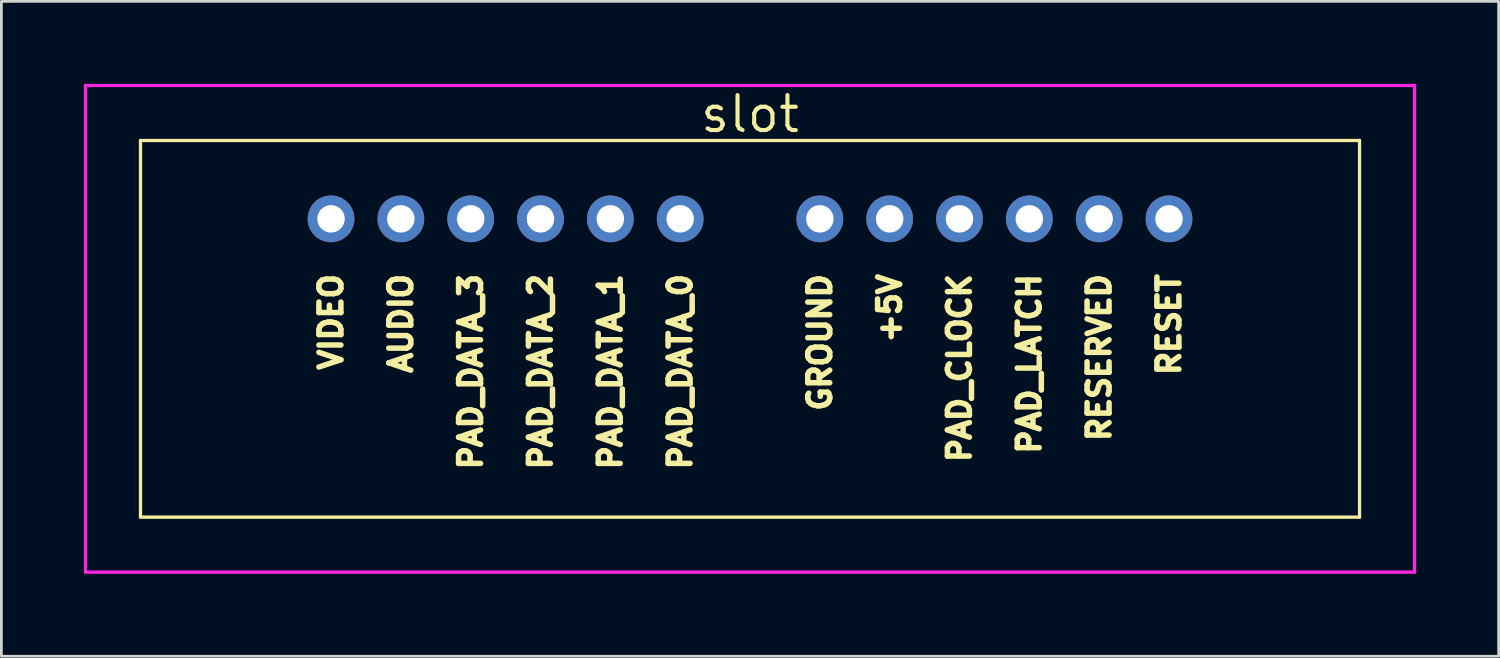
<source format=kicad_pcb>
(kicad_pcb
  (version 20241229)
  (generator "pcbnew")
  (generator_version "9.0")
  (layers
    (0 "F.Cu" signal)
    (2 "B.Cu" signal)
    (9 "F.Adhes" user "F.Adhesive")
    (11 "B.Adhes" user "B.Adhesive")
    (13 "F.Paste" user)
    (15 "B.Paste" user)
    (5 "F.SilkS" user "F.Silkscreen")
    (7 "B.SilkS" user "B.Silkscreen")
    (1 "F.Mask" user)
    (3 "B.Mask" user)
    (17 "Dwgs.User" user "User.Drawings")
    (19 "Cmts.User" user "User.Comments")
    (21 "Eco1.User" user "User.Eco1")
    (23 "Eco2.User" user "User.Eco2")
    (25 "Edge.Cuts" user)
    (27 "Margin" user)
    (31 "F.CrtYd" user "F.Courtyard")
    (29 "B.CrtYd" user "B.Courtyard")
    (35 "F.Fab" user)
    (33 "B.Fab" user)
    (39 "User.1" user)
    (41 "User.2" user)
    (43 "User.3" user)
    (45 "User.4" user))
  (footprint "slot"
    (layer "F.Cu")
    (at 24.23 4.91)
    (property "Reference" "slot" (at 0 -3.81 0) (layer "F.SilkS") (effects (font (size 1.27 1.27) (thickness 0.15))))
    (attr through_hole)
    (fp_line (start -22.17 -2.85) (end -22.17 10.85) (stroke (width 0.12) (type solid)) (layer "F.SilkS"))
    (fp_line (start -22.17 -2.85) (end 22.17 -2.85) (stroke (width 0.12) (type solid)) (layer "F.SilkS"))
    (fp_line (start -22.17 10.85) (end 22.17 10.85) (stroke (width 0.12) (type solid)) (layer "F.SilkS"))
    (fp_line (start 22.17 -2.85) (end 22.17 10.85) (stroke (width 0.12) (type solid)) (layer "F.SilkS"))
    (fp_line (start -24.17 -4.85) (end 24.17 -4.85) (stroke (width 0.12) (type solid)) (layer "F.CrtYd"))
    (fp_line (start -24.17 12.85) (end -24.17 -4.85) (stroke (width 0.12) (type solid)) (layer "F.CrtYd"))
    (fp_line (start -24.17 12.85) (end 24.17 12.85) (stroke (width 0.12) (type solid)) (layer "F.CrtYd"))
    (fp_line (start 24.17 -4.85) (end 24.17 12.85) (stroke (width 0.12) (type solid)) (layer "F.CrtYd"))
    (fp_text user "GROUND" (at 2.54 1.905 90) (layer "F.SilkS") (effects (font (size 0.8 0.8) (thickness 0.2)) (justify right)))
    (fp_text user "+5V" (at 5.08 1.905 90) (layer "F.SilkS") (effects (font (size 0.8 0.8) (thickness 0.2)) (justify right)))
    (fp_text user "PAD_DATA_3" (at -10.16 1.905 90) (layer "F.SilkS") (effects (font (size 0.8 0.8) (thickness 0.2)) (justify right)))
    (fp_text user "AUDIO" (at -12.7 1.905 90) (layer "F.SilkS") (effects (font (size 0.8 0.8) (thickness 0.2)) (justify right)))
    (fp_text user "PAD_DATA_2" (at -7.62 1.905 90) (layer "F.SilkS") (effects (font (size 0.8 0.8) (thickness 0.2)) (justify right)))
    (fp_text user "PAD_LATCH" (at 10.16 1.905 90) (layer "F.SilkS") (effects (font (size 0.8 0.8) (thickness 0.2)) (justify right)))
    (fp_text user "PAD_DATA_0" (at -2.54 1.905 90) (layer "F.SilkS") (effects (font (size 0.8 0.8) (thickness 0.2)) (justify right)))
    (fp_text user "VIDEO" (at -15.24 1.905 90) (layer "F.SilkS") (effects (font (size 0.8 0.8) (thickness 0.2)) (justify right)))
    (fp_text user "PAD_DATA_1" (at -5.08 1.905 90) (layer "F.SilkS") (effects (font (size 0.8 0.8) (thickness 0.2)) (justify right)))
    (fp_text user "RESERVED" (at 12.7 1.905 90) (layer "F.SilkS") (effects (font (size 0.8 0.8) (thickness 0.2)) (justify right)))
    (fp_text user "RESET" (at 15.24 1.905 90) (layer "F.SilkS") (effects (font (size 0.8 0.8) (thickness 0.2)) (justify right)))
    (fp_text user "PAD_CLOCK" (at 7.62 1.905 90) (layer "F.SilkS") (effects (font (size 0.8 0.8) (thickness 0.2)) (justify right)))
    (pad "1" thru_hole circle (at -15.24 0) (size 1.7 1.7) (drill 1) (layers "*.Cu" "*.Mask"))
    (pad "2" thru_hole circle (at -12.7 0) (size 1.7 1.7) (drill 1) (layers "*.Cu" "*.Mask"))
    (pad "3" thru_hole circle (at -10.16 0) (size 1.7 1.7) (drill 1) (layers "*.Cu" "*.Mask"))
    (pad "4" thru_hole circle (at -7.62 0) (size 1.7 1.7) (drill 1) (layers "*.Cu" "*.Mask"))
    (pad "5" thru_hole circle (at -5.08 0) (size 1.7 1.7) (drill 1) (layers "*.Cu" "*.Mask"))
    (pad "6" thru_hole circle (at -2.54 0) (size 1.7 1.7) (drill 1) (layers "*.Cu" "*.Mask"))
    (pad "7" thru_hole circle (at 2.54 0) (size 1.7 1.7) (drill 1) (layers "*.Cu" "*.Mask"))
    (pad "8" thru_hole circle (at 5.08 0) (size 1.7 1.7) (drill 1) (layers "*.Cu" "*.Mask"))
    (pad "9" thru_hole circle (at 7.62 0) (size 1.7 1.7) (drill 1) (layers "*.Cu" "*.Mask"))
    (pad "10" thru_hole circle (at 10.16 0) (size 1.7 1.7) (drill 1) (layers "*.Cu" "*.Mask"))
    (pad "11" thru_hole circle (at 12.7 0) (size 1.7 1.7) (drill 1) (layers "*.Cu" "*.Mask"))
    (pad "12" thru_hole circle (at 15.24 0) (size 1.7 1.7) (drill 1) (layers "*.Cu" "*.Mask")))
  (gr_rect
    (start -3 -3)
    (end 51.46 20.82)
    (stroke (width 0.1) (type default))
    (fill no)
    (layer "Edge.Cuts")))
</source>
